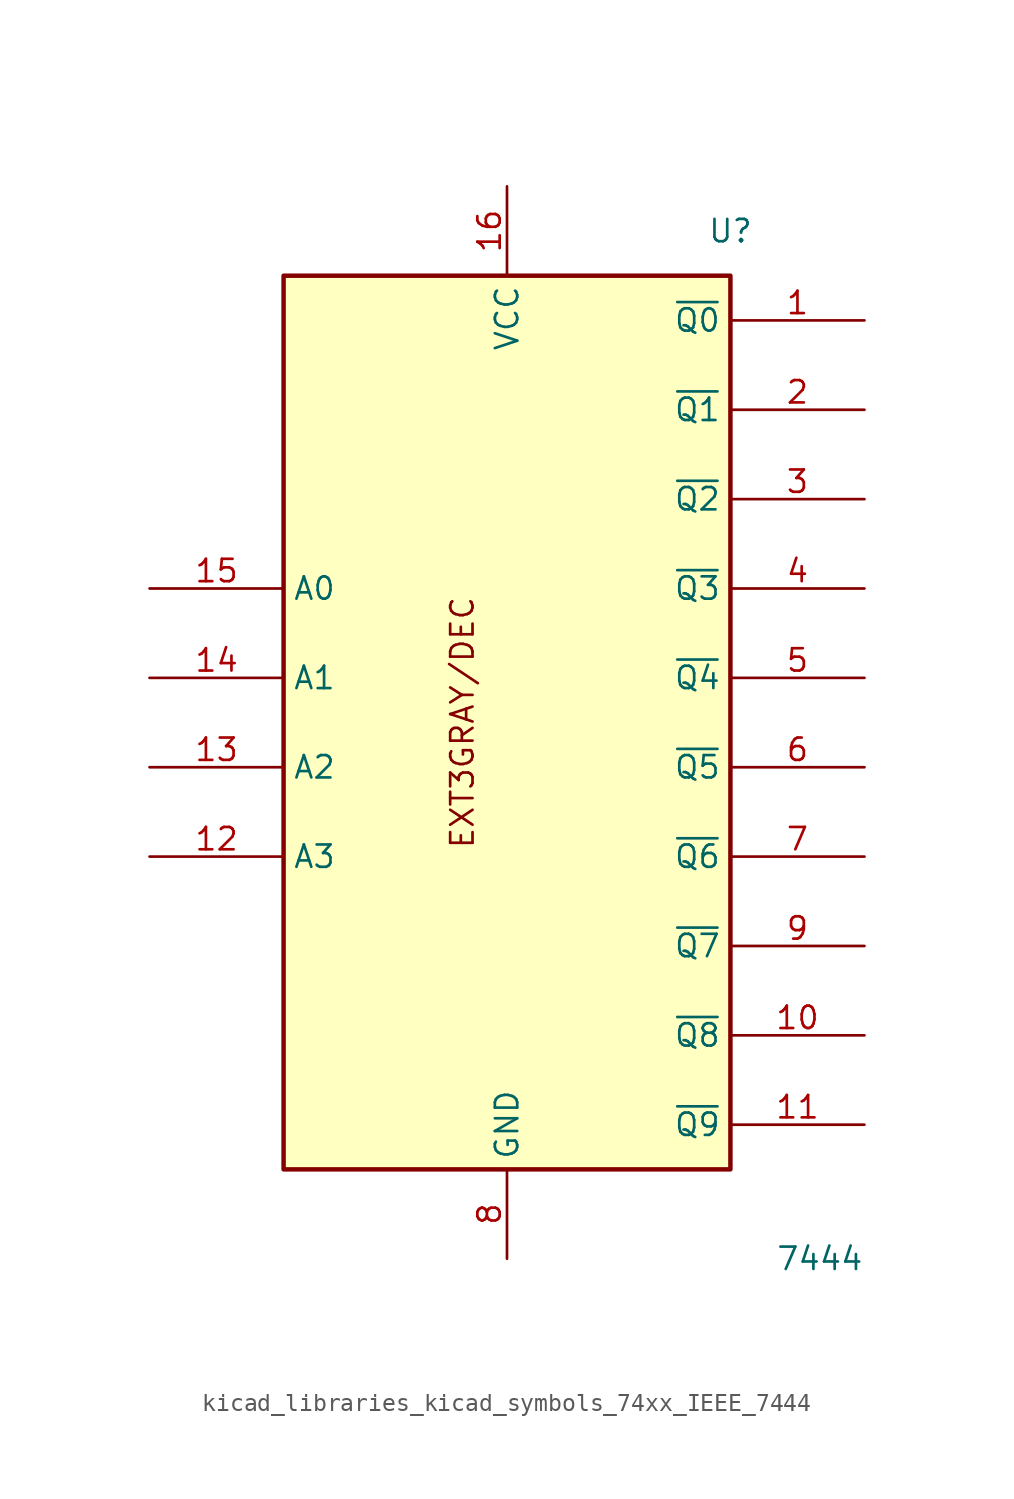
<source format=kicad_sym>
(kicad_symbol_lib
  (version 20220914)
  (generator kicad_symbol_editor)
  (symbol "kicad_libraries_kicad_symbols_74xx_IEEE_7444"
    (property "Reference" "U"
      (at 12.7 27.94 0)
      (effects (font (size 1.27 1.27))))
    (property "Value" "7444"
      (at 17.78 -30.48 0)
      (effects (font (size 1.27 1.27))))
    (symbol "kicad_libraries_kicad_symbols_74xx_IEEE_7444_0_0"
      (rectangle (start -12.7 25.4) (end 12.7 -25.4) (stroke (width 0.254) (type default)) (fill (type background)))
      (text "EXT3GRAY/DEC" (at -2.54 0 900) (effects (font (size 1.27 1.27))))
      (pin power_in line (at 0 30.48 270) (length 5.08) (name "VCC" (effects (font (size 1.27 1.27)))) (number "16" (effects (font (size 1.27 1.27)))))
      (pin power_in line (at 0 -30.48 90) (length 5.08) (name "GND" (effects (font (size 1.27 1.27)))) (number "8" (effects (font (size 1.27 1.27))))))
    (symbol "kicad_libraries_kicad_symbols_74xx_IEEE_7444_1_1"
      (pin output line (at 20.32 22.86 180) (length 7.62) (name "~{Q0}" (effects (font (size 1.27 1.27)))) (number "1" (effects (font (size 1.27 1.27)))))
      (pin output line (at 20.32 -17.78 180) (length 7.62) (name "~{Q8}" (effects (font (size 1.27 1.27)))) (number "10" (effects (font (size 1.27 1.27)))))
      (pin output line (at 20.32 -22.86 180) (length 7.62) (name "~{Q9}" (effects (font (size 1.27 1.27)))) (number "11" (effects (font (size 1.27 1.27)))))
      (pin input line (at -20.32 -7.62 0) (length 7.62) (name "A3" (effects (font (size 1.27 1.27)))) (number "12" (effects (font (size 1.27 1.27)))))
      (pin input line (at -20.32 -2.54 0) (length 7.62) (name "A2" (effects (font (size 1.27 1.27)))) (number "13" (effects (font (size 1.27 1.27)))))
      (pin input line (at -20.32 2.54 0) (length 7.62) (name "A1" (effects (font (size 1.27 1.27)))) (number "14" (effects (font (size 1.27 1.27)))))
      (pin input line (at -20.32 7.62 0) (length 7.62) (name "A0" (effects (font (size 1.27 1.27)))) (number "15" (effects (font (size 1.27 1.27)))))
      (pin output line (at 20.32 17.78 180) (length 7.62) (name "~{Q1}" (effects (font (size 1.27 1.27)))) (number "2" (effects (font (size 1.27 1.27)))))
      (pin output line (at 20.32 12.7 180) (length 7.62) (name "~{Q2}" (effects (font (size 1.27 1.27)))) (number "3" (effects (font (size 1.27 1.27)))))
      (pin output line (at 20.32 7.62 180) (length 7.62) (name "~{Q3}" (effects (font (size 1.27 1.27)))) (number "4" (effects (font (size 1.27 1.27)))))
      (pin output line (at 20.32 2.54 180) (length 7.62) (name "~{Q4}" (effects (font (size 1.27 1.27)))) (number "5" (effects (font (size 1.27 1.27)))))
      (pin output line (at 20.32 -2.54 180) (length 7.62) (name "~{Q5}" (effects (font (size 1.27 1.27)))) (number "6" (effects (font (size 1.27 1.27)))))
      (pin output line (at 20.32 -7.62 180) (length 7.62) (name "~{Q6}" (effects (font (size 1.27 1.27)))) (number "7" (effects (font (size 1.27 1.27)))))
      (pin output line (at 20.32 -12.7 180) (length 7.62) (name "~{Q7}" (effects (font (size 1.27 1.27)))) (number "9" (effects (font (size 1.27 1.27))))))))
</source>
